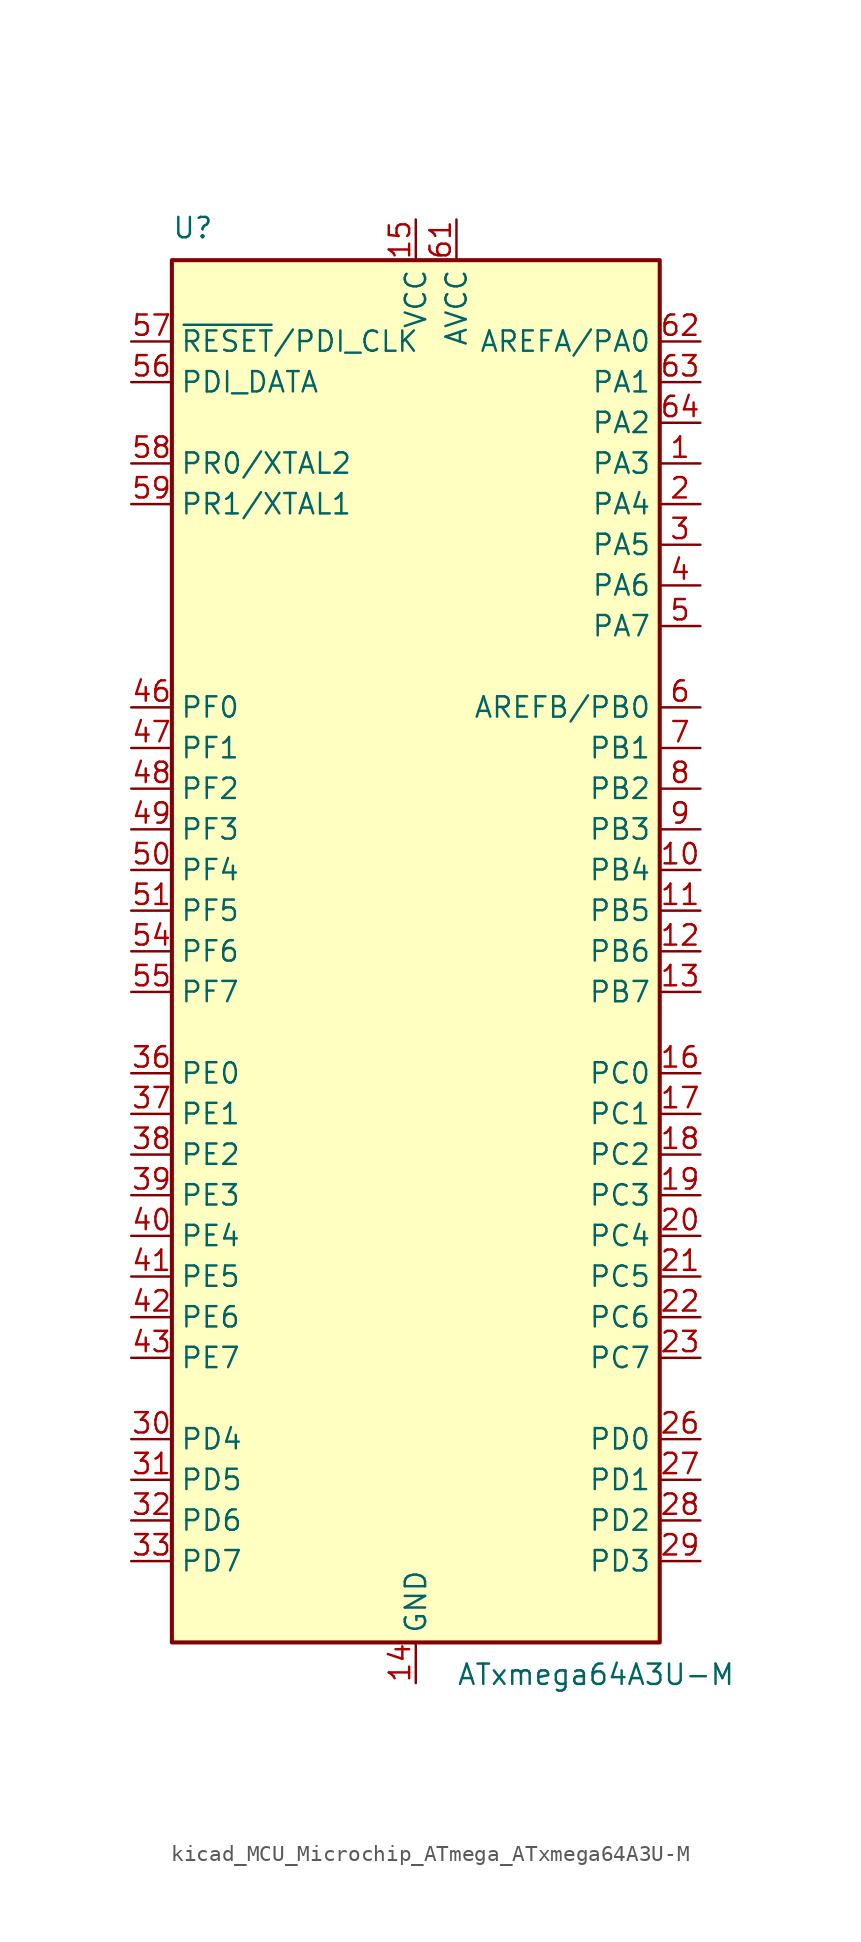
<source format=kicad_sym>
(kicad_symbol_lib
  (version 20220914)
  (generator kicad_symbol_editor)
  (symbol "kicad_MCU_Microchip_ATmega_ATxmega64A3U-M"
    (property "Reference" "U"
      (at -15.24 44.45 0)
      (effects (font (size 1.27 1.27)) (justify left bottom)))
    (property "Value" "ATxmega64A3U-M"
      (at 2.54 -44.45 0)
      (effects (font (size 1.27 1.27)) (justify left top)))
    (symbol "kicad_MCU_Microchip_ATmega_ATxmega64A3U-M_0_1"
      (rectangle (start -15.24 -43.18) (end 15.24 43.18) (stroke (width 0.254) (type default)) (fill (type background))))
    (symbol "kicad_MCU_Microchip_ATmega_ATxmega64A3U-M_1_1"
      (pin bidirectional line (at 17.78 30.48 180) (length 2.54) (name "PA3" (effects (font (size 1.27 1.27)))) (number "1" (effects (font (size 1.27 1.27)))))
      (pin bidirectional line (at 17.78 5.08 180) (length 2.54) (name "PB4" (effects (font (size 1.27 1.27)))) (number "10" (effects (font (size 1.27 1.27)))))
      (pin bidirectional line (at 17.78 2.54 180) (length 2.54) (name "PB5" (effects (font (size 1.27 1.27)))) (number "11" (effects (font (size 1.27 1.27)))))
      (pin bidirectional line (at 17.78 0 180) (length 2.54) (name "PB6" (effects (font (size 1.27 1.27)))) (number "12" (effects (font (size 1.27 1.27)))))
      (pin bidirectional line (at 17.78 -2.54 180) (length 2.54) (name "PB7" (effects (font (size 1.27 1.27)))) (number "13" (effects (font (size 1.27 1.27)))))
      (pin power_in line (at 0 -45.72 90) (length 2.54) (name "GND" (effects (font (size 1.27 1.27)))) (number "14" (effects (font (size 1.27 1.27)))))
      (pin power_in line (at 0 45.72 270) (length 2.54) (name "VCC" (effects (font (size 1.27 1.27)))) (number "15" (effects (font (size 1.27 1.27)))))
      (pin bidirectional line (at 17.78 -7.62 180) (length 2.54) (name "PC0" (effects (font (size 1.27 1.27)))) (number "16" (effects (font (size 1.27 1.27)))))
      (pin bidirectional line (at 17.78 -10.16 180) (length 2.54) (name "PC1" (effects (font (size 1.27 1.27)))) (number "17" (effects (font (size 1.27 1.27)))))
      (pin bidirectional line (at 17.78 -12.7 180) (length 2.54) (name "PC2" (effects (font (size 1.27 1.27)))) (number "18" (effects (font (size 1.27 1.27)))))
      (pin bidirectional line (at 17.78 -15.24 180) (length 2.54) (name "PC3" (effects (font (size 1.27 1.27)))) (number "19" (effects (font (size 1.27 1.27)))))
      (pin bidirectional line (at 17.78 27.94 180) (length 2.54) (name "PA4" (effects (font (size 1.27 1.27)))) (number "2" (effects (font (size 1.27 1.27)))))
      (pin bidirectional line (at 17.78 -17.78 180) (length 2.54) (name "PC4" (effects (font (size 1.27 1.27)))) (number "20" (effects (font (size 1.27 1.27)))))
      (pin bidirectional line (at 17.78 -20.32 180) (length 2.54) (name "PC5" (effects (font (size 1.27 1.27)))) (number "21" (effects (font (size 1.27 1.27)))))
      (pin bidirectional line (at 17.78 -22.86 180) (length 2.54) (name "PC6" (effects (font (size 1.27 1.27)))) (number "22" (effects (font (size 1.27 1.27)))))
      (pin bidirectional line (at 17.78 -25.4 180) (length 2.54) (name "PC7" (effects (font (size 1.27 1.27)))) (number "23" (effects (font (size 1.27 1.27)))))
      (pin passive line (at 0 -45.72 90) (length 2.54) hide (name "GND" (effects (font (size 1.27 1.27)))) (number "24" (effects (font (size 1.27 1.27)))))
      (pin passive line (at 0 45.72 270) (length 2.54) hide (name "VCC" (effects (font (size 1.27 1.27)))) (number "25" (effects (font (size 1.27 1.27)))))
      (pin bidirectional line (at 17.78 -30.48 180) (length 2.54) (name "PD0" (effects (font (size 1.27 1.27)))) (number "26" (effects (font (size 1.27 1.27)))))
      (pin bidirectional line (at 17.78 -33.02 180) (length 2.54) (name "PD1" (effects (font (size 1.27 1.27)))) (number "27" (effects (font (size 1.27 1.27)))))
      (pin bidirectional line (at 17.78 -35.56 180) (length 2.54) (name "PD2" (effects (font (size 1.27 1.27)))) (number "28" (effects (font (size 1.27 1.27)))))
      (pin bidirectional line (at 17.78 -38.1 180) (length 2.54) (name "PD3" (effects (font (size 1.27 1.27)))) (number "29" (effects (font (size 1.27 1.27)))))
      (pin bidirectional line (at 17.78 25.4 180) (length 2.54) (name "PA5" (effects (font (size 1.27 1.27)))) (number "3" (effects (font (size 1.27 1.27)))))
      (pin bidirectional line (at -17.78 -30.48 0) (length 2.54) (name "PD4" (effects (font (size 1.27 1.27)))) (number "30" (effects (font (size 1.27 1.27)))))
      (pin bidirectional line (at -17.78 -33.02 0) (length 2.54) (name "PD5" (effects (font (size 1.27 1.27)))) (number "31" (effects (font (size 1.27 1.27)))))
      (pin bidirectional line (at -17.78 -35.56 0) (length 2.54) (name "PD6" (effects (font (size 1.27 1.27)))) (number "32" (effects (font (size 1.27 1.27)))))
      (pin bidirectional line (at -17.78 -38.1 0) (length 2.54) (name "PD7" (effects (font (size 1.27 1.27)))) (number "33" (effects (font (size 1.27 1.27)))))
      (pin passive line (at 0 -45.72 90) (length 2.54) hide (name "GND" (effects (font (size 1.27 1.27)))) (number "34" (effects (font (size 1.27 1.27)))))
      (pin passive line (at 0 45.72 270) (length 2.54) hide (name "VCC" (effects (font (size 1.27 1.27)))) (number "35" (effects (font (size 1.27 1.27)))))
      (pin bidirectional line (at -17.78 -7.62 0) (length 2.54) (name "PE0" (effects (font (size 1.27 1.27)))) (number "36" (effects (font (size 1.27 1.27)))))
      (pin bidirectional line (at -17.78 -10.16 0) (length 2.54) (name "PE1" (effects (font (size 1.27 1.27)))) (number "37" (effects (font (size 1.27 1.27)))))
      (pin bidirectional line (at -17.78 -12.7 0) (length 2.54) (name "PE2" (effects (font (size 1.27 1.27)))) (number "38" (effects (font (size 1.27 1.27)))))
      (pin bidirectional line (at -17.78 -15.24 0) (length 2.54) (name "PE3" (effects (font (size 1.27 1.27)))) (number "39" (effects (font (size 1.27 1.27)))))
      (pin bidirectional line (at 17.78 22.86 180) (length 2.54) (name "PA6" (effects (font (size 1.27 1.27)))) (number "4" (effects (font (size 1.27 1.27)))))
      (pin bidirectional line (at -17.78 -17.78 0) (length 2.54) (name "PE4" (effects (font (size 1.27 1.27)))) (number "40" (effects (font (size 1.27 1.27)))))
      (pin bidirectional line (at -17.78 -20.32 0) (length 2.54) (name "PE5" (effects (font (size 1.27 1.27)))) (number "41" (effects (font (size 1.27 1.27)))))
      (pin bidirectional line (at -17.78 -22.86 0) (length 2.54) (name "PE6" (effects (font (size 1.27 1.27)))) (number "42" (effects (font (size 1.27 1.27)))))
      (pin bidirectional line (at -17.78 -25.4 0) (length 2.54) (name "PE7" (effects (font (size 1.27 1.27)))) (number "43" (effects (font (size 1.27 1.27)))))
      (pin passive line (at 0 -45.72 90) (length 2.54) hide (name "GND" (effects (font (size 1.27 1.27)))) (number "44" (effects (font (size 1.27 1.27)))))
      (pin passive line (at 0 45.72 270) (length 2.54) hide (name "VCC" (effects (font (size 1.27 1.27)))) (number "45" (effects (font (size 1.27 1.27)))))
      (pin bidirectional line (at -17.78 15.24 0) (length 2.54) (name "PF0" (effects (font (size 1.27 1.27)))) (number "46" (effects (font (size 1.27 1.27)))))
      (pin bidirectional line (at -17.78 12.7 0) (length 2.54) (name "PF1" (effects (font (size 1.27 1.27)))) (number "47" (effects (font (size 1.27 1.27)))))
      (pin bidirectional line (at -17.78 10.16 0) (length 2.54) (name "PF2" (effects (font (size 1.27 1.27)))) (number "48" (effects (font (size 1.27 1.27)))))
      (pin bidirectional line (at -17.78 7.62 0) (length 2.54) (name "PF3" (effects (font (size 1.27 1.27)))) (number "49" (effects (font (size 1.27 1.27)))))
      (pin bidirectional line (at 17.78 20.32 180) (length 2.54) (name "PA7" (effects (font (size 1.27 1.27)))) (number "5" (effects (font (size 1.27 1.27)))))
      (pin bidirectional line (at -17.78 5.08 0) (length 2.54) (name "PF4" (effects (font (size 1.27 1.27)))) (number "50" (effects (font (size 1.27 1.27)))))
      (pin bidirectional line (at -17.78 2.54 0) (length 2.54) (name "PF5" (effects (font (size 1.27 1.27)))) (number "51" (effects (font (size 1.27 1.27)))))
      (pin passive line (at 0 -45.72 90) (length 2.54) hide (name "GND" (effects (font (size 1.27 1.27)))) (number "52" (effects (font (size 1.27 1.27)))))
      (pin passive line (at 0 45.72 270) (length 2.54) hide (name "VCC" (effects (font (size 1.27 1.27)))) (number "53" (effects (font (size 1.27 1.27)))))
      (pin bidirectional line (at -17.78 0 0) (length 2.54) (name "PF6" (effects (font (size 1.27 1.27)))) (number "54" (effects (font (size 1.27 1.27)))))
      (pin bidirectional line (at -17.78 -2.54 0) (length 2.54) (name "PF7" (effects (font (size 1.27 1.27)))) (number "55" (effects (font (size 1.27 1.27)))))
      (pin bidirectional line (at -17.78 35.56 0) (length 2.54) (name "PDI_DATA" (effects (font (size 1.27 1.27)))) (number "56" (effects (font (size 1.27 1.27)))))
      (pin input line (at -17.78 38.1 0) (length 2.54) (name "~{RESET}/PDI_CLK" (effects (font (size 1.27 1.27)))) (number "57" (effects (font (size 1.27 1.27)))))
      (pin bidirectional line (at -17.78 30.48 0) (length 2.54) (name "PR0/XTAL2" (effects (font (size 1.27 1.27)))) (number "58" (effects (font (size 1.27 1.27)))))
      (pin bidirectional line (at -17.78 27.94 0) (length 2.54) (name "PR1/XTAL1" (effects (font (size 1.27 1.27)))) (number "59" (effects (font (size 1.27 1.27)))))
      (pin bidirectional line (at 17.78 15.24 180) (length 2.54) (name "AREFB/PB0" (effects (font (size 1.27 1.27)))) (number "6" (effects (font (size 1.27 1.27)))))
      (pin passive line (at 0 -45.72 90) (length 2.54) hide (name "GND" (effects (font (size 1.27 1.27)))) (number "60" (effects (font (size 1.27 1.27)))))
      (pin power_in line (at 2.54 45.72 270) (length 2.54) (name "AVCC" (effects (font (size 1.27 1.27)))) (number "61" (effects (font (size 1.27 1.27)))))
      (pin bidirectional line (at 17.78 38.1 180) (length 2.54) (name "AREFA/PA0" (effects (font (size 1.27 1.27)))) (number "62" (effects (font (size 1.27 1.27)))))
      (pin bidirectional line (at 17.78 35.56 180) (length 2.54) (name "PA1" (effects (font (size 1.27 1.27)))) (number "63" (effects (font (size 1.27 1.27)))))
      (pin bidirectional line (at 17.78 33.02 180) (length 2.54) (name "PA2" (effects (font (size 1.27 1.27)))) (number "64" (effects (font (size 1.27 1.27)))))
      (pin passive line (at 0 -45.72 90) (length 2.54) hide (name "GND" (effects (font (size 1.27 1.27)))) (number "65" (effects (font (size 1.27 1.27)))))
      (pin bidirectional line (at 17.78 12.7 180) (length 2.54) (name "PB1" (effects (font (size 1.27 1.27)))) (number "7" (effects (font (size 1.27 1.27)))))
      (pin bidirectional line (at 17.78 10.16 180) (length 2.54) (name "PB2" (effects (font (size 1.27 1.27)))) (number "8" (effects (font (size 1.27 1.27)))))
      (pin bidirectional line (at 17.78 7.62 180) (length 2.54) (name "PB3" (effects (font (size 1.27 1.27)))) (number "9" (effects (font (size 1.27 1.27))))))))
</source>
